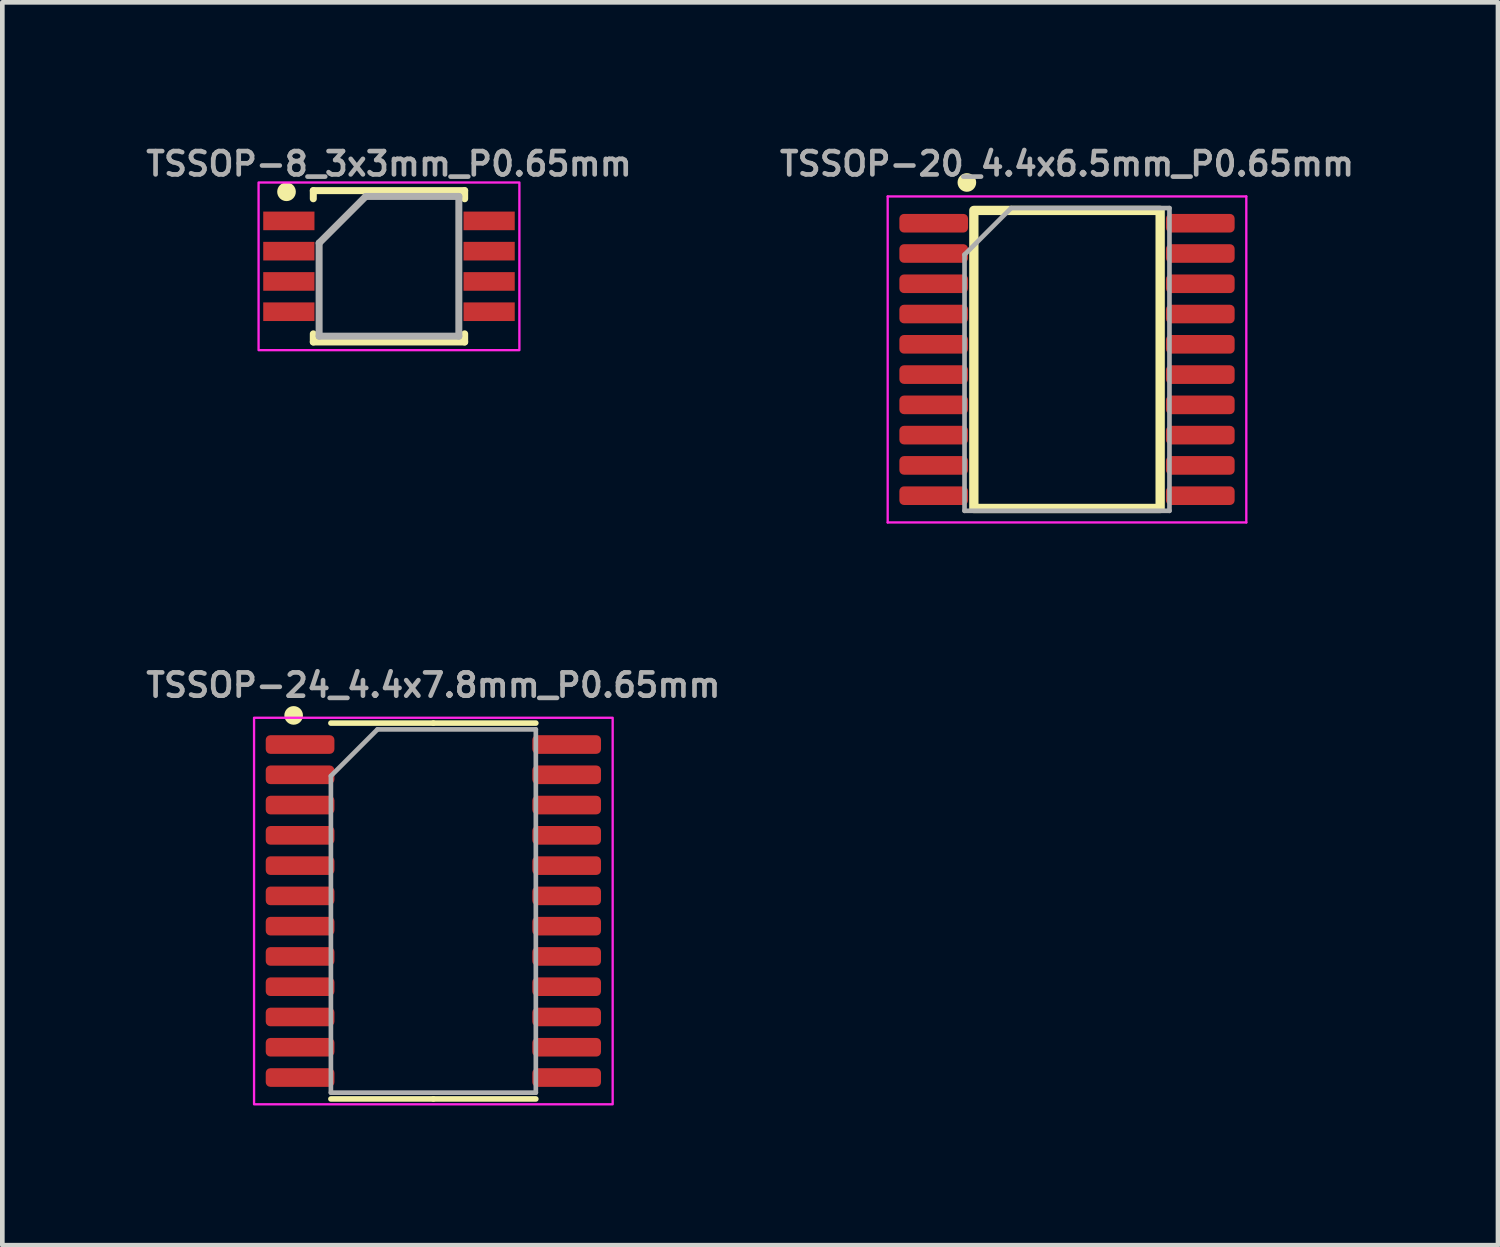
<source format=kicad_pcb>
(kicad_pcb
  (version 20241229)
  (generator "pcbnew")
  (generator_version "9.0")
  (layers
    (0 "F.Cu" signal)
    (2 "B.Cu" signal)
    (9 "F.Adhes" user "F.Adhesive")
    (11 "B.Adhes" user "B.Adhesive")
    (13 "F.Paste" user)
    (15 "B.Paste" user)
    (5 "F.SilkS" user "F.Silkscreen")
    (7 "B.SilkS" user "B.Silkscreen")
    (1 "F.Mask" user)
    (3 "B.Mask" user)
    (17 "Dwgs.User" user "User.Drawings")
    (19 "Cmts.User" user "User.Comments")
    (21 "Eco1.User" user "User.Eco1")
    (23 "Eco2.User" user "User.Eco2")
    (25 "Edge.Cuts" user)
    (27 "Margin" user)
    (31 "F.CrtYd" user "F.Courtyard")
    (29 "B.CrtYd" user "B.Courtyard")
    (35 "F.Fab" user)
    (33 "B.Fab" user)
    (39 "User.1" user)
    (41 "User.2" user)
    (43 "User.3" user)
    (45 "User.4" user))
  (footprint "TSSOP-24_4.4x7.8mm_P0.65mm"
    (layer "F.Cu")
    (at 6.255 16.511)
    (property "Reference" "TSSOP-24_4.4x7.8mm_P0.65mm" (at 0 -4.85 0) (layer "F.Fab") (effects (font (size 0.5 0.5) (thickness 0.1))))
    (attr smd)
    (fp_line (start 0 -4.035) (end -2.2 -4.035) (stroke (width 0.12) (type solid)) (layer "F.SilkS"))
    (fp_line (start 0 -4.035) (end 2.2 -4.035) (stroke (width 0.12) (type solid)) (layer "F.SilkS"))
    (fp_line (start 0 4.035) (end -2.2 4.035) (stroke (width 0.12) (type solid)) (layer "F.SilkS"))
    (fp_line (start 0 4.035) (end 2.2 4.035) (stroke (width 0.12) (type solid)) (layer "F.SilkS"))
    (fp_circle (center -3 -4.2) (end -2.9 -4.2) (stroke (width 0.2) (type default)) (fill no) (layer "F.SilkS"))
    (fp_rect (start -3.85 -4.15) (end 3.85 4.15) (stroke (width 0.05) (type solid)) (fill no) (layer "F.CrtYd"))
    (fp_line (start -2.2 -2.9) (end -1.2 -3.9) (stroke (width 0.1) (type solid)) (layer "F.Fab"))
    (fp_line (start -2.2 3.9) (end -2.2 -2.9) (stroke (width 0.1) (type solid)) (layer "F.Fab"))
    (fp_line (start -1.2 -3.9) (end 2.2 -3.9) (stroke (width 0.1) (type solid)) (layer "F.Fab"))
    (fp_line (start 2.2 -3.9) (end 2.2 3.9) (stroke (width 0.1) (type solid)) (layer "F.Fab"))
    (fp_line (start 2.2 3.9) (end -2.2 3.9) (stroke (width 0.1) (type solid)) (layer "F.Fab"))
    (pad "1" smd roundrect (at -2.862 -3.575) (size 1.475 0.4) (layers "F.Cu" "F.Mask" "F.Paste") (roundrect_rratio 0.25))
    (pad "2" smd roundrect (at -2.862 -2.925) (size 1.475 0.4) (layers "F.Cu" "F.Mask" "F.Paste") (roundrect_rratio 0.25))
    (pad "3" smd roundrect (at -2.862 -2.275) (size 1.475 0.4) (layers "F.Cu" "F.Mask" "F.Paste") (roundrect_rratio 0.25))
    (pad "4" smd roundrect (at -2.862 -1.625) (size 1.475 0.4) (layers "F.Cu" "F.Mask" "F.Paste") (roundrect_rratio 0.25))
    (pad "5" smd roundrect (at -2.862 -0.975) (size 1.475 0.4) (layers "F.Cu" "F.Mask" "F.Paste") (roundrect_rratio 0.25))
    (pad "6" smd roundrect (at -2.862 -0.325) (size 1.475 0.4) (layers "F.Cu" "F.Mask" "F.Paste") (roundrect_rratio 0.25))
    (pad "7" smd roundrect (at -2.862 0.325) (size 1.475 0.4) (layers "F.Cu" "F.Mask" "F.Paste") (roundrect_rratio 0.25))
    (pad "8" smd roundrect (at -2.862 0.975) (size 1.475 0.4) (layers "F.Cu" "F.Mask" "F.Paste") (roundrect_rratio 0.25))
    (pad "9" smd roundrect (at -2.862 1.625) (size 1.475 0.4) (layers "F.Cu" "F.Mask" "F.Paste") (roundrect_rratio 0.25))
    (pad "10" smd roundrect (at -2.862 2.275) (size 1.475 0.4) (layers "F.Cu" "F.Mask" "F.Paste") (roundrect_rratio 0.25))
    (pad "11" smd roundrect (at -2.862 2.925) (size 1.475 0.4) (layers "F.Cu" "F.Mask" "F.Paste") (roundrect_rratio 0.25))
    (pad "12" smd roundrect (at -2.862 3.575) (size 1.475 0.4) (layers "F.Cu" "F.Mask" "F.Paste") (roundrect_rratio 0.25))
    (pad "13" smd roundrect (at 2.862 3.575) (size 1.475 0.4) (layers "F.Cu" "F.Mask" "F.Paste") (roundrect_rratio 0.25))
    (pad "14" smd roundrect (at 2.862 2.925) (size 1.475 0.4) (layers "F.Cu" "F.Mask" "F.Paste") (roundrect_rratio 0.25))
    (pad "15" smd roundrect (at 2.862 2.275) (size 1.475 0.4) (layers "F.Cu" "F.Mask" "F.Paste") (roundrect_rratio 0.25))
    (pad "16" smd roundrect (at 2.862 1.625) (size 1.475 0.4) (layers "F.Cu" "F.Mask" "F.Paste") (roundrect_rratio 0.25))
    (pad "17" smd roundrect (at 2.862 0.975) (size 1.475 0.4) (layers "F.Cu" "F.Mask" "F.Paste") (roundrect_rratio 0.25))
    (pad "18" smd roundrect (at 2.862 0.325) (size 1.475 0.4) (layers "F.Cu" "F.Mask" "F.Paste") (roundrect_rratio 0.25))
    (pad "19" smd roundrect (at 2.862 -0.325) (size 1.475 0.4) (layers "F.Cu" "F.Mask" "F.Paste") (roundrect_rratio 0.25))
    (pad "20" smd roundrect (at 2.862 -0.975) (size 1.475 0.4) (layers "F.Cu" "F.Mask" "F.Paste") (roundrect_rratio 0.25))
    (pad "21" smd roundrect (at 2.862 -1.625) (size 1.475 0.4) (layers "F.Cu" "F.Mask" "F.Paste") (roundrect_rratio 0.25))
    (pad "22" smd roundrect (at 2.862 -2.275) (size 1.475 0.4) (layers "F.Cu" "F.Mask" "F.Paste") (roundrect_rratio 0.25))
    (pad "23" smd roundrect (at 2.862 -2.925) (size 1.475 0.4) (layers "F.Cu" "F.Mask" "F.Paste") (roundrect_rratio 0.25))
    (pad "24" smd roundrect (at 2.862 -3.575) (size 1.475 0.4) (layers "F.Cu" "F.Mask" "F.Paste") (roundrect_rratio 0.25)))
  (footprint "TSSOP-8_3x3mm_P0.65mm"
    (layer "F.Cu")
    (at 5.302 2.668)
    (property "Reference" "TSSOP-8_3x3mm_P0.65mm" (at 0 -2.2 0) (layer "F.Fab") (effects (font (size 0.5 0.5) (thickness 0.1))))
    (attr smd)
    (fp_line (start -1.625 -1.625) (end -1.625 -1.45) (stroke (width 0.15) (type solid)) (layer "F.SilkS"))
    (fp_line (start -1.625 -1.625) (end 1.625 -1.625) (stroke (width 0.15) (type solid)) (layer "F.SilkS"))
    (fp_line (start -1.625 1.45) (end -1.625 1.625) (stroke (width 0.15) (type solid)) (layer "F.SilkS"))
    (fp_line (start -1.625 1.625) (end 1.625 1.625) (stroke (width 0.15) (type solid)) (layer "F.SilkS"))
    (fp_line (start 1.625 -1.625) (end 1.625 -1.45) (stroke (width 0.15) (type solid)) (layer "F.SilkS"))
    (fp_line (start 1.625 1.45) (end 1.625 1.625) (stroke (width 0.15) (type solid)) (layer "F.SilkS"))
    (fp_circle (center -2.2 -1.6) (end -2.3 -1.6) (stroke (width 0.2) (type solid)) (fill yes) (layer "F.SilkS"))
    (fp_rect (start -2.8 -1.8) (end 2.8 1.8) (stroke (width 0.05) (type default)) (fill no) (layer "F.CrtYd"))
    (fp_line (start -1.5 -0.5) (end -0.5 -1.5) (stroke (width 0.15) (type solid)) (layer "F.Fab"))
    (fp_line (start -1.5 1.5) (end -1.5 -0.5) (stroke (width 0.15) (type solid)) (layer "F.Fab"))
    (fp_line (start -0.5 -1.5) (end 1.5 -1.5) (stroke (width 0.15) (type solid)) (layer "F.Fab"))
    (fp_line (start 1.5 -1.5) (end 1.5 1.5) (stroke (width 0.15) (type solid)) (layer "F.Fab"))
    (fp_line (start 1.5 1.5) (end -1.5 1.5) (stroke (width 0.15) (type solid)) (layer "F.Fab"))
    (pad "1" smd rect (at -2.15 -0.975) (size 1.1 0.4) (layers "F.Cu" "F.Mask" "F.Paste"))
    (pad "2" smd rect (at -2.15 -0.325) (size 1.1 0.4) (layers "F.Cu" "F.Mask" "F.Paste"))
    (pad "3" smd rect (at -2.15 0.325) (size 1.1 0.4) (layers "F.Cu" "F.Mask" "F.Paste"))
    (pad "4" smd rect (at -2.15 0.975) (size 1.1 0.4) (layers "F.Cu" "F.Mask" "F.Paste"))
    (pad "5" smd rect (at 2.15 0.975) (size 1.1 0.4) (layers "F.Cu" "F.Mask" "F.Paste"))
    (pad "6" smd rect (at 2.15 0.325) (size 1.1 0.4) (layers "F.Cu" "F.Mask" "F.Paste"))
    (pad "7" smd rect (at 2.15 -0.325) (size 1.1 0.4) (layers "F.Cu" "F.Mask" "F.Paste"))
    (pad "8" smd rect (at 2.15 -0.975) (size 1.1 0.4) (layers "F.Cu" "F.Mask" "F.Paste")))
  (footprint "TSSOP-20_4.4x6.5mm_P0.65mm"
    (layer "F.Cu")
    (at 19.86 4.668)
    (property "Reference" "TSSOP-20_4.4x6.5mm_P0.65mm" (at 0 -4.2 0) (layer "F.Fab") (effects (font (size 0.5 0.5) (thickness 0.1))))
    (attr smd)
    (fp_rect (start -2 -3.2) (end 2 3.2) (stroke (width 0.2) (type default)) (fill no) (layer "F.SilkS"))
    (fp_circle (center -2.15 -3.8) (end -2.05 -3.8) (stroke (width 0.2) (type default)) (fill no) (layer "F.SilkS"))
    (fp_line (start -3.85 -3.5) (end -3.85 3.5) (stroke (width 0.05) (type solid)) (layer "F.CrtYd"))
    (fp_line (start -3.85 3.5) (end 3.85 3.5) (stroke (width 0.05) (type solid)) (layer "F.CrtYd"))
    (fp_line (start 3.85 -3.5) (end -3.85 -3.5) (stroke (width 0.05) (type solid)) (layer "F.CrtYd"))
    (fp_line (start 3.85 3.5) (end 3.85 -3.5) (stroke (width 0.05) (type solid)) (layer "F.CrtYd"))
    (fp_line (start -2.2 -2.25) (end -1.2 -3.25) (stroke (width 0.1) (type solid)) (layer "F.Fab"))
    (fp_line (start -2.2 3.25) (end -2.2 -2.25) (stroke (width 0.1) (type solid)) (layer "F.Fab"))
    (fp_line (start -1.2 -3.25) (end 2.2 -3.25) (stroke (width 0.1) (type solid)) (layer "F.Fab"))
    (fp_line (start 2.2 -3.25) (end 2.2 3.25) (stroke (width 0.1) (type solid)) (layer "F.Fab"))
    (fp_line (start 2.2 3.25) (end -2.2 3.25) (stroke (width 0.1) (type solid)) (layer "F.Fab"))
    (pad "1" smd roundrect (at -2.862 -2.925) (size 1.475 0.4) (layers "F.Cu" "F.Mask" "F.Paste") (roundrect_rratio 0.25))
    (pad "2" smd roundrect (at -2.862 -2.275) (size 1.475 0.4) (layers "F.Cu" "F.Mask" "F.Paste") (roundrect_rratio 0.25))
    (pad "3" smd roundrect (at -2.862 -1.625) (size 1.475 0.4) (layers "F.Cu" "F.Mask" "F.Paste") (roundrect_rratio 0.25))
    (pad "4" smd roundrect (at -2.862 -0.975) (size 1.475 0.4) (layers "F.Cu" "F.Mask" "F.Paste") (roundrect_rratio 0.25))
    (pad "5" smd roundrect (at -2.862 -0.325) (size 1.475 0.4) (layers "F.Cu" "F.Mask" "F.Paste") (roundrect_rratio 0.25))
    (pad "6" smd roundrect (at -2.862 0.325) (size 1.475 0.4) (layers "F.Cu" "F.Mask" "F.Paste") (roundrect_rratio 0.25))
    (pad "7" smd roundrect (at -2.862 0.975) (size 1.475 0.4) (layers "F.Cu" "F.Mask" "F.Paste") (roundrect_rratio 0.25))
    (pad "8" smd roundrect (at -2.862 1.625) (size 1.475 0.4) (layers "F.Cu" "F.Mask" "F.Paste") (roundrect_rratio 0.25))
    (pad "9" smd roundrect (at -2.862 2.275) (size 1.475 0.4) (layers "F.Cu" "F.Mask" "F.Paste") (roundrect_rratio 0.25))
    (pad "10" smd roundrect (at -2.862 2.925) (size 1.475 0.4) (layers "F.Cu" "F.Mask" "F.Paste") (roundrect_rratio 0.25))
    (pad "11" smd roundrect (at 2.862 2.925) (size 1.475 0.4) (layers "F.Cu" "F.Mask" "F.Paste") (roundrect_rratio 0.25))
    (pad "12" smd roundrect (at 2.862 2.275) (size 1.475 0.4) (layers "F.Cu" "F.Mask" "F.Paste") (roundrect_rratio 0.25))
    (pad "13" smd roundrect (at 2.862 1.625) (size 1.475 0.4) (layers "F.Cu" "F.Mask" "F.Paste") (roundrect_rratio 0.25))
    (pad "14" smd roundrect (at 2.862 0.975) (size 1.475 0.4) (layers "F.Cu" "F.Mask" "F.Paste") (roundrect_rratio 0.25))
    (pad "15" smd roundrect (at 2.862 0.325) (size 1.475 0.4) (layers "F.Cu" "F.Mask" "F.Paste") (roundrect_rratio 0.25))
    (pad "16" smd roundrect (at 2.862 -0.325) (size 1.475 0.4) (layers "F.Cu" "F.Mask" "F.Paste") (roundrect_rratio 0.25))
    (pad "17" smd roundrect (at 2.862 -0.975) (size 1.475 0.4) (layers "F.Cu" "F.Mask" "F.Paste") (roundrect_rratio 0.25))
    (pad "18" smd roundrect (at 2.862 -1.625) (size 1.475 0.4) (layers "F.Cu" "F.Mask" "F.Paste") (roundrect_rratio 0.25))
    (pad "19" smd roundrect (at 2.862 -2.275) (size 1.475 0.4) (layers "F.Cu" "F.Mask" "F.Paste") (roundrect_rratio 0.25))
    (pad "20" smd roundrect (at 2.862 -2.925) (size 1.475 0.4) (layers "F.Cu" "F.Mask" "F.Paste") (roundrect_rratio 0.25)))
  (gr_rect
    (start -3 -3)
    (end 29.114 23.686)
    (stroke (width 0.1) (type default))
    (fill no)
    (layer "Edge.Cuts")))
</source>
